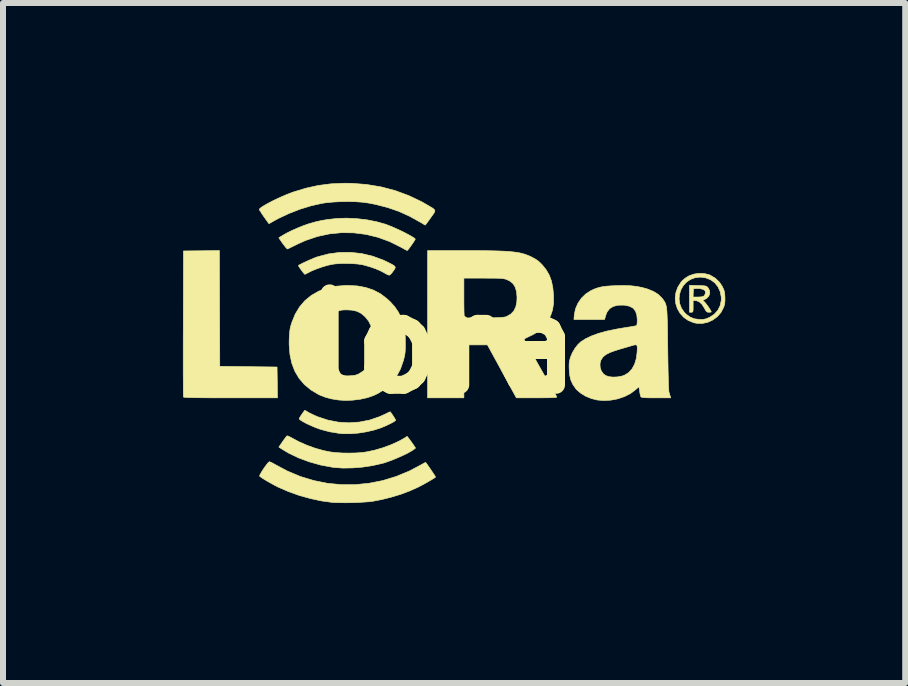
<source format=kicad_pcb>
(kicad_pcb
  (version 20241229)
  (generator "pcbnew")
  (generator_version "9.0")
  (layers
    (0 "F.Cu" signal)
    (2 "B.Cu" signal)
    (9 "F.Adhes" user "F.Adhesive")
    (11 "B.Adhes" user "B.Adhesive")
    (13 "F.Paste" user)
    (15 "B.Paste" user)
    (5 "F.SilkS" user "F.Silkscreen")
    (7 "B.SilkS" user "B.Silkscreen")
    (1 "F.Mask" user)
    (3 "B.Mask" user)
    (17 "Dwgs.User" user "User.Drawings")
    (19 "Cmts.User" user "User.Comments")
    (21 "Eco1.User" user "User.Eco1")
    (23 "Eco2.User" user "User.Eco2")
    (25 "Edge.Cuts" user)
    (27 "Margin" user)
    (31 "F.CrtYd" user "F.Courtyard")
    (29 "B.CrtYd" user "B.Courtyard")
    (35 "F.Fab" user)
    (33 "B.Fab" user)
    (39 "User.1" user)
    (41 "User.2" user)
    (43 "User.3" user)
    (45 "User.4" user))
  (footprint "lora"
    (layer "F.Cu")
    (at 4.333 2.676)
    (property "Reference" "lora" (at 0 0 0) (layer "F.SilkS") (effects (font (size 1.524 1.524) (thickness 0.3))))
    (attr through_hole)
    (fp_poly (pts (xy -3.722 -0.584) (xy -3.719 0.381) (xy -3.242 0.387) (xy -2.764 0.393) (xy -2.76 0.65) (xy -2.757 0.907) (xy -3.538 0.907) (xy -3.701 0.907) (xy -3.842 0.907) (xy -3.961 0.906) (xy -4.061 0.905) (xy -4.142 0.904) (xy -4.206 0.903) (xy -4.255 0.901) (xy -4.289 0.899) (xy -4.312 0.897) (xy -4.323 0.894) (xy -4.325 0.892) (xy -4.325 0.878) (xy -4.326 0.842) (xy -4.327 0.784) (xy -4.327 0.707) (xy -4.327 0.613) (xy -4.328 0.503) (xy -4.328 0.378) (xy -4.328 0.241) (xy -4.328 0.093) (xy -4.328 -0.065) (xy -4.327 -0.23) (xy -4.327 -0.333) (xy -4.324 -1.542) (xy -4.025 -1.545) (xy -3.725 -1.549) (xy -3.722 -0.584)) (stroke (width 0.01) (type solid)) (fill yes) (layer "F.SilkS"))
    (fp_poly (pts (xy -2.583 1.543) (xy -2.554 1.556) (xy -2.518 1.575) (xy -2.401 1.638) (xy -2.269 1.696) (xy -2.129 1.747) (xy -1.99 1.786) (xy -1.87 1.81) (xy -1.777 1.82) (xy -1.671 1.827) (xy -1.56 1.828) (xy -1.45 1.826) (xy -1.35 1.819) (xy -1.282 1.81) (xy -1.139 1.78) (xy -0.995 1.738) (xy -0.856 1.686) (xy -0.729 1.628) (xy -0.652 1.585) (xy -0.594 1.549) (xy -0.56 1.594) (xy -0.531 1.633) (xy -0.5 1.677) (xy -0.49 1.691) (xy -0.455 1.744) (xy -0.484 1.767) (xy -0.529 1.796) (xy -0.591 1.831) (xy -0.666 1.867) (xy -0.749 1.904) (xy -0.833 1.939) (xy -0.915 1.97) (xy -0.988 1.994) (xy -1.015 2.001) (xy -1.175 2.037) (xy -1.341 2.062) (xy -1.505 2.075) (xy -1.663 2.078) (xy -1.807 2.068) (xy -1.845 2.063) (xy -2.038 2.027) (xy -2.226 1.974) (xy -2.405 1.908) (xy -2.57 1.829) (xy -2.667 1.771) (xy -2.734 1.728) (xy -2.672 1.638) (xy -2.643 1.597) (xy -2.618 1.564) (xy -2.602 1.544) (xy -2.598 1.541) (xy -2.583 1.543)) (stroke (width 0.01) (type solid)) (fill yes) (layer "F.SilkS"))
    (fp_poly (pts (xy -2.292 1.119) (xy -2.268 1.132) (xy -2.254 1.142) (xy -2.223 1.159) (xy -2.176 1.182) (xy -2.122 1.207) (xy -2.087 1.222) (xy -1.917 1.278) (xy -1.743 1.312) (xy -1.567 1.323) (xy -1.391 1.311) (xy -1.219 1.277) (xy -1.053 1.22) (xy -0.963 1.179) (xy -0.923 1.159) (xy -0.893 1.145) (xy -0.877 1.14) (xy -0.876 1.14) (xy -0.864 1.156) (xy -0.845 1.183) (xy -0.823 1.216) (xy -0.803 1.248) (xy -0.79 1.271) (xy -0.786 1.279) (xy -0.797 1.291) (xy -0.825 1.31) (xy -0.868 1.333) (xy -0.921 1.359) (xy -0.979 1.385) (xy -1.035 1.408) (xy -1.151 1.445) (xy -1.278 1.474) (xy -1.411 1.495) (xy -1.541 1.505) (xy -1.662 1.505) (xy -1.721 1.5) (xy -1.89 1.472) (xy -2.041 1.432) (xy -2.118 1.404) (xy -2.182 1.377) (xy -2.245 1.349) (xy -2.301 1.321) (xy -2.347 1.295) (xy -2.38 1.273) (xy -2.394 1.258) (xy -2.395 1.256) (xy -2.388 1.24) (xy -2.371 1.211) (xy -2.35 1.181) (xy -2.327 1.148) (xy -2.31 1.124) (xy -2.303 1.115) (xy -2.292 1.119)) (stroke (width 0.01) (type solid)) (fill yes) (layer "F.SilkS"))
    (fp_poly (pts (xy -1.352 -1.498) (xy -1.17 -1.455) (xy -0.994 -1.39) (xy -0.924 -1.357) (xy -0.865 -1.327) (xy -0.825 -1.305) (xy -0.802 -1.287) (xy -0.793 -1.271) (xy -0.798 -1.252) (xy -0.813 -1.227) (xy -0.828 -1.205) (xy -0.854 -1.171) (xy -0.878 -1.147) (xy -0.894 -1.138) (xy -0.914 -1.144) (xy -0.947 -1.16) (xy -0.974 -1.176) (xy -1.04 -1.211) (xy -1.122 -1.246) (xy -1.212 -1.277) (xy -1.302 -1.303) (xy -1.343 -1.313) (xy -1.417 -1.324) (xy -1.506 -1.331) (xy -1.603 -1.334) (xy -1.7 -1.333) (xy -1.788 -1.327) (xy -1.845 -1.319) (xy -1.923 -1.302) (xy -2.013 -1.275) (xy -2.104 -1.243) (xy -2.187 -1.209) (xy -2.219 -1.193) (xy -2.257 -1.173) (xy -2.286 -1.159) (xy -2.299 -1.152) (xy -2.308 -1.159) (xy -2.327 -1.181) (xy -2.35 -1.211) (xy -2.374 -1.244) (xy -2.394 -1.273) (xy -2.405 -1.293) (xy -2.407 -1.298) (xy -2.397 -1.307) (xy -2.368 -1.322) (xy -2.327 -1.343) (xy -2.277 -1.366) (xy -2.223 -1.391) (xy -2.17 -1.413) (xy -2.123 -1.433) (xy -2.091 -1.444) (xy -1.91 -1.492) (xy -1.725 -1.517) (xy -1.538 -1.519) (xy -1.352 -1.498)) (stroke (width 0.01) (type solid)) (fill yes) (layer "F.SilkS"))
    (fp_poly (pts (xy -1.437 -2.081) (xy -1.265 -2.061) (xy -1.1 -2.028) (xy -0.957 -1.988) (xy -0.902 -1.967) (xy -0.838 -1.941) (xy -0.77 -1.911) (xy -0.701 -1.879) (xy -0.634 -1.846) (xy -0.573 -1.814) (xy -0.522 -1.785) (xy -0.484 -1.762) (xy -0.463 -1.745) (xy -0.46 -1.739) (xy -0.466 -1.726) (xy -0.483 -1.699) (xy -0.506 -1.664) (xy -0.533 -1.626) (xy -0.558 -1.591) (xy -0.579 -1.564) (xy -0.591 -1.55) (xy -0.593 -1.549) (xy -0.605 -1.554) (xy -0.634 -1.569) (xy -0.673 -1.591) (xy -0.693 -1.602) (xy -0.883 -1.697) (xy -1.079 -1.769) (xy -1.279 -1.818) (xy -1.482 -1.844) (xy -1.686 -1.847) (xy -1.889 -1.827) (xy -2.09 -1.784) (xy -2.288 -1.717) (xy -2.418 -1.659) (xy -2.476 -1.63) (xy -2.526 -1.606) (xy -2.564 -1.587) (xy -2.586 -1.577) (xy -2.59 -1.575) (xy -2.601 -1.582) (xy -2.622 -1.605) (xy -2.649 -1.64) (xy -2.68 -1.681) (xy -2.71 -1.726) (xy -2.714 -1.731) (xy -2.734 -1.762) (xy -2.664 -1.805) (xy -2.593 -1.845) (xy -2.507 -1.887) (xy -2.413 -1.928) (xy -2.318 -1.966) (xy -2.238 -1.994) (xy -2.129 -2.025) (xy -2.025 -2.049) (xy -1.917 -2.067) (xy -1.796 -2.08) (xy -1.769 -2.083) (xy -1.607 -2.089) (xy -1.437 -2.081)) (stroke (width 0.01) (type solid)) (fill yes) (layer "F.SilkS"))
    (fp_poly (pts (xy -1.527 -2.67) (xy -1.277 -2.651) (xy -1.033 -2.611) (xy -0.796 -2.549) (xy -0.569 -2.465) (xy -0.352 -2.362) (xy -0.274 -2.317) (xy -0.212 -2.281) (xy -0.169 -2.255) (xy -0.143 -2.234) (xy -0.133 -2.214) (xy -0.137 -2.192) (xy -0.155 -2.162) (xy -0.185 -2.121) (xy -0.204 -2.094) (xy -0.237 -2.048) (xy -0.265 -2.009) (xy -0.285 -1.983) (xy -0.294 -1.973) (xy -0.294 -1.973) (xy -0.305 -1.979) (xy -0.331 -1.995) (xy -0.367 -2.017) (xy -0.375 -2.021) (xy -0.553 -2.12) (xy -0.734 -2.202) (xy -0.923 -2.267) (xy -1.126 -2.319) (xy -1.246 -2.342) (xy -1.343 -2.355) (xy -1.457 -2.363) (xy -1.581 -2.366) (xy -1.709 -2.364) (xy -1.834 -2.357) (xy -1.948 -2.346) (xy -2.014 -2.336) (xy -2.193 -2.296) (xy -2.379 -2.239) (xy -2.563 -2.168) (xy -2.74 -2.085) (xy -2.813 -2.045) (xy -2.899 -1.996) (xy -2.98 -2.109) (xy -3.012 -2.155) (xy -3.037 -2.195) (xy -3.055 -2.223) (xy -3.06 -2.235) (xy -3.049 -2.251) (xy -3.019 -2.274) (xy -2.973 -2.303) (xy -2.914 -2.336) (xy -2.846 -2.372) (xy -2.77 -2.409) (xy -2.691 -2.445) (xy -2.612 -2.479) (xy -2.535 -2.509) (xy -2.489 -2.526) (xy -2.281 -2.589) (xy -2.076 -2.634) (xy -1.867 -2.661) (xy -1.65 -2.671) (xy -1.527 -2.67)) (stroke (width 0.01) (type solid)) (fill yes) (layer "F.SilkS"))
    (fp_poly (pts (xy 4.253 -0.966) (xy 4.313 -0.964) (xy 4.354 -0.961) (xy 4.381 -0.957) (xy 4.399 -0.95) (xy 4.412 -0.939) (xy 4.422 -0.928) (xy 4.447 -0.882) (xy 4.451 -0.835) (xy 4.434 -0.79) (xy 4.398 -0.752) (xy 4.363 -0.732) (xy 4.339 -0.721) (xy 4.336 -0.713) (xy 4.35 -0.704) (xy 4.351 -0.703) (xy 4.366 -0.689) (xy 4.389 -0.661) (xy 4.416 -0.625) (xy 4.442 -0.587) (xy 4.463 -0.554) (xy 4.474 -0.531) (xy 4.475 -0.526) (xy 4.465 -0.522) (xy 4.439 -0.52) (xy 4.436 -0.52) (xy 4.413 -0.522) (xy 4.396 -0.532) (xy 4.379 -0.555) (xy 4.362 -0.587) (xy 4.32 -0.653) (xy 4.275 -0.694) (xy 4.228 -0.713) (xy 4.214 -0.714) (xy 4.173 -0.714) (xy 4.173 -0.617) (xy 4.173 -0.569) (xy 4.171 -0.54) (xy 4.165 -0.526) (xy 4.155 -0.521) (xy 4.143 -0.52) (xy 4.112 -0.52) (xy 4.112 -0.774) (xy 4.172 -0.774) (xy 4.253 -0.774) (xy 4.306 -0.776) (xy 4.34 -0.784) (xy 4.356 -0.794) (xy 4.373 -0.821) (xy 4.378 -0.849) (xy 4.374 -0.875) (xy 4.357 -0.892) (xy 4.335 -0.902) (xy 4.294 -0.913) (xy 4.247 -0.917) (xy 4.235 -0.917) (xy 4.179 -0.913) (xy 4.175 -0.844) (xy 4.172 -0.774) (xy 4.112 -0.774) (xy 4.112 -0.97) (xy 4.253 -0.966)) (stroke (width 0.01) (type solid)) (fill yes) (layer "F.SilkS"))
    (fp_poly (pts (xy -2.874 1.978) (xy -2.842 1.993) (xy -2.808 2.012) (xy -2.595 2.126) (xy -2.376 2.218) (xy -2.151 2.286) (xy -1.923 2.332) (xy -1.692 2.354) (xy -1.461 2.354) (xy -1.23 2.331) (xy -1.001 2.286) (xy -0.776 2.217) (xy -0.556 2.126) (xy -0.341 2.012) (xy -0.335 2.008) (xy -0.307 1.992) (xy -0.288 1.985) (xy -0.285 1.985) (xy -0.273 2.001) (xy -0.251 2.031) (xy -0.224 2.07) (xy -0.195 2.113) (xy -0.167 2.154) (xy -0.143 2.19) (xy -0.127 2.216) (xy -0.121 2.226) (xy -0.131 2.236) (xy -0.159 2.254) (xy -0.2 2.279) (xy -0.25 2.308) (xy -0.306 2.34) (xy -0.364 2.371) (xy -0.419 2.399) (xy -0.42 2.399) (xy -0.553 2.459) (xy -0.702 2.515) (xy -0.861 2.563) (xy -1.021 2.603) (xy -1.167 2.631) (xy -1.232 2.639) (xy -1.316 2.645) (xy -1.411 2.651) (xy -1.512 2.654) (xy -1.613 2.656) (xy -1.709 2.655) (xy -1.792 2.653) (xy -1.851 2.649) (xy -2.027 2.625) (xy -2.21 2.585) (xy -2.394 2.534) (xy -2.571 2.471) (xy -2.733 2.401) (xy -2.752 2.392) (xy -2.806 2.364) (xy -2.864 2.332) (xy -2.921 2.3) (xy -2.973 2.269) (xy -3.015 2.242) (xy -3.044 2.222) (xy -3.055 2.212) (xy -3.052 2.197) (xy -3.037 2.168) (xy -3.014 2.13) (xy -2.987 2.087) (xy -2.957 2.045) (xy -2.93 2.009) (xy -2.907 1.983) (xy -2.893 1.972) (xy -2.892 1.972) (xy -2.874 1.978)) (stroke (width 0.01) (type solid)) (fill yes) (layer "F.SilkS"))
    (fp_poly (pts (xy 4.366 -1.164) (xy 4.443 -1.145) (xy 4.456 -1.139) (xy 4.543 -1.088) (xy 4.612 -1.021) (xy 4.657 -0.954) (xy 4.678 -0.91) (xy 4.692 -0.872) (xy 4.699 -0.829) (xy 4.703 -0.774) (xy 4.704 -0.715) (xy 4.7 -0.67) (xy 4.691 -0.63) (xy 4.681 -0.602) (xy 4.638 -0.518) (xy 4.577 -0.448) (xy 4.502 -0.392) (xy 4.418 -0.353) (xy 4.329 -0.334) (xy 4.237 -0.335) (xy 4.185 -0.345) (xy 4.093 -0.382) (xy 4.016 -0.436) (xy 3.955 -0.503) (xy 3.91 -0.581) (xy 3.883 -0.665) (xy 3.875 -0.743) (xy 3.939 -0.743) (xy 3.949 -0.664) (xy 3.978 -0.588) (xy 4.027 -0.517) (xy 4.06 -0.485) (xy 4.122 -0.44) (xy 4.19 -0.412) (xy 4.27 -0.401) (xy 4.295 -0.4) (xy 4.347 -0.402) (xy 4.389 -0.411) (xy 4.435 -0.43) (xy 4.449 -0.436) (xy 4.526 -0.487) (xy 4.585 -0.553) (xy 4.624 -0.631) (xy 4.642 -0.719) (xy 4.642 -0.774) (xy 4.624 -0.865) (xy 4.587 -0.945) (xy 4.533 -1.012) (xy 4.464 -1.062) (xy 4.382 -1.094) (xy 4.294 -1.106) (xy 4.206 -1.096) (xy 4.128 -1.067) (xy 4.062 -1.022) (xy 4.009 -0.964) (xy 3.97 -0.896) (xy 3.946 -0.821) (xy 3.939 -0.743) (xy 3.875 -0.743) (xy 3.874 -0.754) (xy 3.885 -0.845) (xy 3.915 -0.933) (xy 3.966 -1.015) (xy 3.99 -1.044) (xy 4.038 -1.086) (xy 4.096 -1.123) (xy 4.115 -1.132) (xy 4.194 -1.158) (xy 4.28 -1.169) (xy 4.366 -1.164)) (stroke (width 0.01) (type solid)) (fill yes) (layer "F.SilkS"))
    (fp_poly (pts (xy -1.427 -0.959) (xy -1.286 -0.933) (xy -1.158 -0.89) (xy -1.041 -0.829) (xy -0.933 -0.747) (xy -0.877 -0.695) (xy -0.8 -0.609) (xy -0.74 -0.521) (xy -0.694 -0.423) (xy -0.658 -0.308) (xy -0.657 -0.306) (xy -0.644 -0.252) (xy -0.635 -0.203) (xy -0.629 -0.152) (xy -0.626 -0.093) (xy -0.625 -0.017) (xy -0.625 -0.012) (xy -0.625 0.062) (xy -0.627 0.12) (xy -0.631 0.167) (xy -0.639 0.211) (xy -0.65 0.258) (xy -0.656 0.281) (xy -0.706 0.425) (xy -0.773 0.551) (xy -0.856 0.66) (xy -0.957 0.753) (xy -1.075 0.83) (xy -1.148 0.865) (xy -1.255 0.903) (xy -1.376 0.93) (xy -1.505 0.946) (xy -1.633 0.95) (xy -1.738 0.943) (xy -1.855 0.924) (xy -1.955 0.898) (xy -2.044 0.864) (xy -2.071 0.851) (xy -2.199 0.775) (xy -2.308 0.685) (xy -2.397 0.581) (xy -2.467 0.463) (xy -2.518 0.33) (xy -2.549 0.183) (xy -2.562 0.021) (xy -2.562 -0.035) (xy -2.032 -0.035) (xy -2.027 0.076) (xy -2.009 0.183) (xy -1.979 0.282) (xy -1.935 0.368) (xy -1.889 0.427) (xy -1.828 0.48) (xy -1.762 0.515) (xy -1.685 0.535) (xy -1.593 0.541) (xy -1.566 0.54) (xy -1.507 0.537) (xy -1.462 0.53) (xy -1.426 0.519) (xy -1.396 0.505) (xy -1.32 0.455) (xy -1.259 0.39) (xy -1.213 0.31) (xy -1.181 0.212) (xy -1.164 0.097) (xy -1.159 -0.006) (xy -1.163 -0.121) (xy -1.176 -0.218) (xy -1.201 -0.3) (xy -1.237 -0.372) (xy -1.288 -0.436) (xy -1.301 -0.45) (xy -1.363 -0.502) (xy -1.433 -0.537) (xy -1.515 -0.555) (xy -1.597 -0.56) (xy -1.655 -0.559) (xy -1.698 -0.554) (xy -1.737 -0.543) (xy -1.773 -0.527) (xy -1.848 -0.484) (xy -1.907 -0.43) (xy -1.954 -0.36) (xy -1.961 -0.346) (xy -1.999 -0.251) (xy -2.023 -0.145) (xy -2.032 -0.035) (xy -2.562 -0.035) (xy -2.561 -0.072) (xy -2.558 -0.146) (xy -2.552 -0.204) (xy -2.545 -0.253) (xy -2.533 -0.3) (xy -2.518 -0.348) (xy -2.462 -0.487) (xy -2.388 -0.61) (xy -2.298 -0.715) (xy -2.191 -0.802) (xy -2.07 -0.871) (xy -1.933 -0.922) (xy -1.782 -0.954) (xy -1.618 -0.967) (xy -1.584 -0.967) (xy -1.427 -0.959)) (stroke (width 0.01) (type solid)) (fill yes) (layer "F.SilkS"))
    (fp_poly (pts (xy 0.342 -1.548) (xy 0.518 -1.548) (xy 0.671 -1.547) (xy 0.805 -1.545) (xy 0.92 -1.542) (xy 1.02 -1.538) (xy 1.106 -1.533) (xy 1.179 -1.525) (xy 1.243 -1.517) (xy 1.299 -1.506) (xy 1.349 -1.493) (xy 1.396 -1.477) (xy 1.441 -1.459) (xy 1.483 -1.439) (xy 1.546 -1.405) (xy 1.598 -1.368) (xy 1.65 -1.318) (xy 1.657 -1.31) (xy 1.723 -1.228) (xy 1.774 -1.14) (xy 1.811 -1.041) (xy 1.834 -0.927) (xy 1.846 -0.798) (xy 1.846 -0.672) (xy 1.83 -0.562) (xy 1.797 -0.464) (xy 1.746 -0.372) (xy 1.675 -0.285) (xy 1.651 -0.26) (xy 1.599 -0.211) (xy 1.551 -0.175) (xy 1.497 -0.144) (xy 1.461 -0.127) (xy 1.415 -0.105) (xy 1.38 -0.088) (xy 1.359 -0.075) (xy 1.355 -0.072) (xy 1.36 -0.059) (xy 1.375 -0.031) (xy 1.397 0.009) (xy 1.413 0.037) (xy 1.434 0.074) (xy 1.465 0.128) (xy 1.503 0.196) (xy 1.548 0.274) (xy 1.595 0.358) (xy 1.644 0.445) (xy 1.656 0.466) (xy 1.703 0.549) (xy 1.748 0.627) (xy 1.789 0.698) (xy 1.823 0.757) (xy 1.849 0.803) (xy 1.867 0.832) (xy 1.87 0.837) (xy 1.888 0.868) (xy 1.898 0.89) (xy 1.899 0.895) (xy 1.887 0.899) (xy 1.851 0.902) (xy 1.792 0.905) (xy 1.71 0.906) (xy 1.605 0.907) (xy 1.562 0.907) (xy 1.226 0.907) (xy 1.049 0.584) (xy 1.001 0.496) (xy 0.954 0.409) (xy 0.909 0.326) (xy 0.869 0.253) (xy 0.835 0.191) (xy 0.811 0.147) (xy 0.808 0.142) (xy 0.744 0.024) (xy 0.547 0.024) (xy 0.351 0.024) (xy 0.351 0.907) (xy -0.254 0.907) (xy -0.254 -1.089) (xy 0.351 -1.089) (xy 0.351 -0.764) (xy 0.351 -0.678) (xy 0.352 -0.599) (xy 0.353 -0.532) (xy 0.355 -0.479) (xy 0.357 -0.444) (xy 0.36 -0.43) (xy 0.374 -0.428) (xy 0.409 -0.426) (xy 0.462 -0.425) (xy 0.529 -0.425) (xy 0.607 -0.425) (xy 0.694 -0.426) (xy 0.695 -0.426) (xy 0.798 -0.427) (xy 0.88 -0.429) (xy 0.942 -0.432) (xy 0.99 -0.435) (xy 1.024 -0.439) (xy 1.049 -0.444) (xy 1.065 -0.45) (xy 1.134 -0.49) (xy 1.184 -0.543) (xy 1.217 -0.611) (xy 1.234 -0.696) (xy 1.237 -0.77) (xy 1.229 -0.864) (xy 1.206 -0.94) (xy 1.169 -0.999) (xy 1.114 -1.042) (xy 1.068 -1.064) (xy 1.047 -1.072) (xy 1.024 -1.077) (xy 0.997 -1.082) (xy 0.963 -1.085) (xy 0.918 -1.087) (xy 0.858 -1.088) (xy 0.781 -1.088) (xy 0.684 -1.089) (xy 0.677 -1.089) (xy 0.351 -1.089) (xy -0.254 -1.089) (xy -0.254 -1.548) (xy 0.342 -1.548)) (stroke (width 0.01) (type solid)) (fill yes) (layer "F.SilkS"))
    (fp_poly (pts (xy 3.131 -0.962) (xy 3.23 -0.951) (xy 3.321 -0.933) (xy 3.411 -0.908) (xy 3.417 -0.906) (xy 3.512 -0.867) (xy 3.588 -0.82) (xy 3.649 -0.761) (xy 3.668 -0.738) (xy 3.683 -0.717) (xy 3.696 -0.697) (xy 3.707 -0.677) (xy 3.716 -0.653) (xy 3.724 -0.625) (xy 3.73 -0.59) (xy 3.735 -0.547) (xy 3.738 -0.492) (xy 3.741 -0.424) (xy 3.744 -0.341) (xy 3.746 -0.242) (xy 3.747 -0.123) (xy 3.749 0.017) (xy 3.75 0.097) (xy 3.752 0.23) (xy 3.754 0.354) (xy 3.756 0.468) (xy 3.759 0.569) (xy 3.761 0.656) (xy 3.764 0.725) (xy 3.767 0.776) (xy 3.769 0.805) (xy 3.77 0.81) (xy 3.781 0.847) (xy 3.79 0.879) (xy 3.791 0.88) (xy 3.8 0.907) (xy 3.558 0.907) (xy 3.471 0.907) (xy 3.406 0.906) (xy 3.359 0.903) (xy 3.328 0.9) (xy 3.31 0.895) (xy 3.303 0.891) (xy 3.295 0.871) (xy 3.287 0.835) (xy 3.282 0.8) (xy 3.277 0.761) (xy 3.272 0.734) (xy 3.268 0.726) (xy 3.257 0.733) (xy 3.234 0.753) (xy 3.211 0.773) (xy 3.127 0.836) (xy 3.027 0.886) (xy 2.915 0.924) (xy 2.797 0.946) (xy 2.679 0.952) (xy 2.573 0.943) (xy 2.474 0.918) (xy 2.38 0.879) (xy 2.297 0.828) (xy 2.23 0.77) (xy 2.216 0.753) (xy 2.166 0.681) (xy 2.133 0.607) (xy 2.114 0.524) (xy 2.107 0.438) (xy 2.105 0.374) (xy 2.107 0.338) (xy 2.62 0.338) (xy 2.623 0.4) (xy 2.642 0.458) (xy 2.677 0.507) (xy 2.715 0.535) (xy 2.769 0.554) (xy 2.837 0.561) (xy 2.911 0.558) (xy 2.983 0.545) (xy 3.027 0.53) (xy 3.097 0.487) (xy 3.155 0.424) (xy 3.198 0.344) (xy 3.227 0.246) (xy 3.238 0.155) (xy 3.242 0.094) (xy 3.241 0.053) (xy 3.235 0.031) (xy 3.22 0.022) (xy 3.195 0.025) (xy 3.156 0.035) (xy 3.154 0.036) (xy 3.11 0.049) (xy 3.051 0.066) (xy 2.987 0.085) (xy 2.945 0.097) (xy 2.853 0.126) (xy 2.782 0.153) (xy 2.727 0.181) (xy 2.686 0.211) (xy 2.669 0.227) (xy 2.635 0.279) (xy 2.62 0.338) (xy 2.107 0.338) (xy 2.107 0.326) (xy 2.114 0.284) (xy 2.125 0.24) (xy 2.129 0.228) (xy 2.16 0.154) (xy 2.204 0.08) (xy 2.254 0.016) (xy 2.299 -0.026) (xy 2.381 -0.079) (xy 2.481 -0.126) (xy 2.599 -0.169) (xy 2.738 -0.207) (xy 2.899 -0.24) (xy 3.058 -0.267) (xy 3.119 -0.276) (xy 3.17 -0.285) (xy 3.209 -0.292) (xy 3.229 -0.296) (xy 3.231 -0.297) (xy 3.236 -0.312) (xy 3.24 -0.344) (xy 3.242 -0.387) (xy 3.242 -0.391) (xy 3.234 -0.475) (xy 3.212 -0.539) (xy 3.174 -0.587) (xy 3.117 -0.619) (xy 3.042 -0.636) (xy 3.008 -0.639) (xy 2.916 -0.637) (xy 2.841 -0.617) (xy 2.782 -0.581) (xy 2.739 -0.526) (xy 2.716 -0.468) (xy 2.696 -0.399) (xy 2.186 -0.399) (xy 2.192 -0.478) (xy 2.212 -0.577) (xy 2.253 -0.671) (xy 2.312 -0.756) (xy 2.386 -0.828) (xy 2.473 -0.883) (xy 2.474 -0.883) (xy 2.534 -0.91) (xy 2.592 -0.93) (xy 2.652 -0.944) (xy 2.721 -0.954) (xy 2.805 -0.96) (xy 2.891 -0.964) (xy 3.02 -0.966) (xy 3.131 -0.962)) (stroke (width 0.01) (type solid)) (fill yes) (layer "F.SilkS")))
  (gr_rect
    (start -3 -3)
    (end 12.042 8.337)
    (stroke (width 0.1) (type default))
    (fill no)
    (layer "Edge.Cuts")))
</source>
